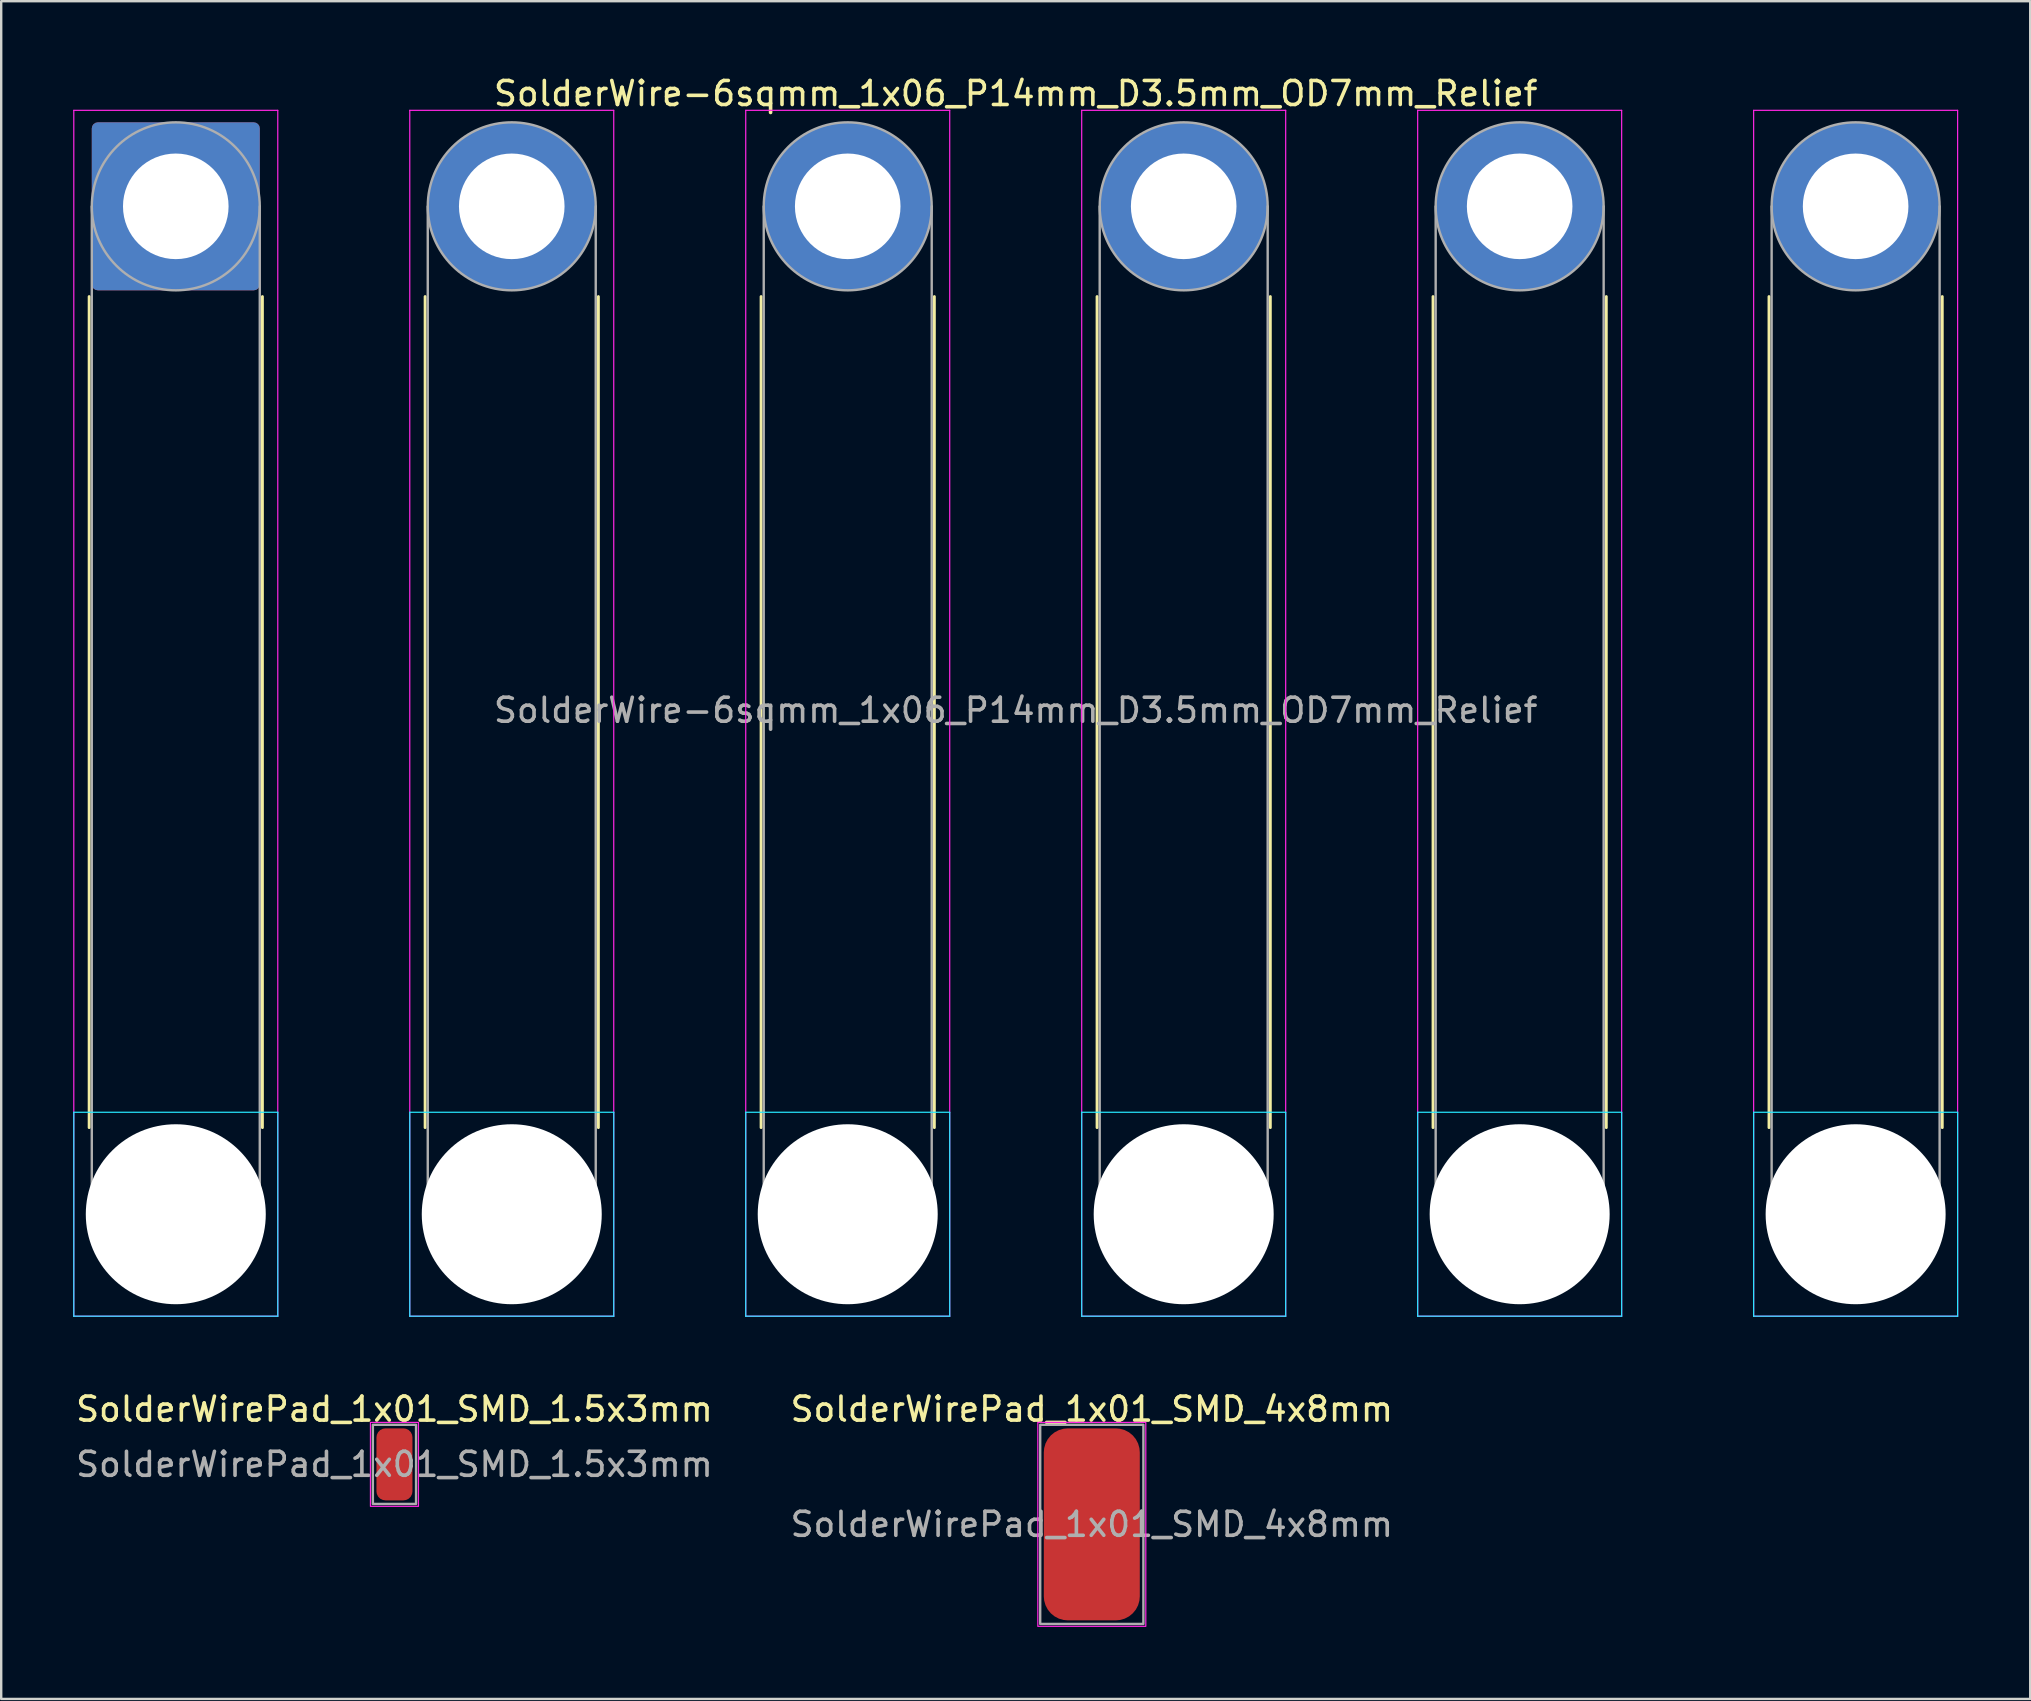
<source format=kicad_pcb>
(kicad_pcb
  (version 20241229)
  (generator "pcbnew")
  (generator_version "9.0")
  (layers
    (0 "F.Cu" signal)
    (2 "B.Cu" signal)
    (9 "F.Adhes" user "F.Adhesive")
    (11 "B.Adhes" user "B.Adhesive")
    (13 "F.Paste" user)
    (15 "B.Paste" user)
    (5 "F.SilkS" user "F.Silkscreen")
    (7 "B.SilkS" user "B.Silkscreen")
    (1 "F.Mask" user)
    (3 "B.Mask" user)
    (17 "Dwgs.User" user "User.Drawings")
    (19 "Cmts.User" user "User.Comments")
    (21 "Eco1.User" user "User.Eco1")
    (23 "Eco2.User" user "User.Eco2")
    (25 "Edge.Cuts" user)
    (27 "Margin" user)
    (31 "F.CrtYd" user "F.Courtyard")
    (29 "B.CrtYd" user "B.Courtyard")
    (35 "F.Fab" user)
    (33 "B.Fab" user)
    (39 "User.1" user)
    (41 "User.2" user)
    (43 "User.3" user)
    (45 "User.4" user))
  (footprint "SolderWirePad_1x01_SMD_1.5x3mm"
    (layer "F.Cu")
    (at 13.387 57.971)
    (property "Reference" "SolderWirePad_1x01_SMD_1.5x3mm" (at 0 -2.3 0) (layer "F.SilkS") (effects (font (size 1 1) (thickness 0.15))))
    (attr exclude_from_pos_files exclude_from_bom)
    (fp_rect (start -1 -1.75) (end 1 1.75) (stroke (width 0.05) (type solid)) (fill no) (layer "F.CrtYd"))
    (fp_rect (start -0.9 -1.65) (end 0.9 1.65) (stroke (width 0.1) (type default)) (fill no) (layer "F.Fab"))
    (fp_text user "${REFERENCE}" (at 0 0 0) (layer "F.Fab") (effects (font (size 1 1) (thickness 0.15))))
    (pad "1" smd roundrect (at 0 0) (size 1.5 3) (layers "F.Cu" "F.Mask") (roundrect_rratio 0.25)))
  (footprint "SolderWirePad_1x01_SMD_4x8mm"
    (layer "F.Cu")
    (at 42.446 60.471)
    (property "Reference" "SolderWirePad_1x01_SMD_4x8mm" (at 0 -4.8 0) (layer "F.SilkS") (effects (font (size 1 1) (thickness 0.15))))
    (attr exclude_from_pos_files exclude_from_bom)
    (fp_rect (start -2.25 -4.25) (end 2.25 4.25) (stroke (width 0.05) (type solid)) (fill no) (layer "F.CrtYd"))
    (fp_rect (start -2.15 -4.15) (end 2.15 4.15) (stroke (width 0.1) (type solid)) (fill no) (layer "F.Fab"))
    (fp_text user "${REFERENCE}" (at 0 0 0) (layer "F.Fab") (effects (font (size 1 1) (thickness 0.15))))
    (pad "1" smd roundrect (at 0 0) (size 4 8) (layers "F.Cu" "F.Mask") (roundrect_rratio 0.25)))
  (footprint "SolderWire-6sqmm_1x06_P14mm_D3.5mm_OD7mm_Relief"
    (layer "F.Cu")
    (at 4.275 5.548)
    (property "Reference" "SolderWire-6sqmm_1x06_P14mm_D3.5mm_OD7mm_Relief" (at 35 -4.7 0) (layer "F.SilkS") (effects (font (size 1 1) (thickness 0.15))))
    (attr exclude_from_pos_files exclude_from_bom)
    (fp_line (start -3.61 3.76) (end -3.61 38.39) (stroke (width 0.12) (type solid)) (layer "F.SilkS"))
    (fp_line (start 3.61 3.76) (end 3.61 38.39) (stroke (width 0.12) (type solid)) (layer "F.SilkS"))
    (fp_line (start 10.39 3.76) (end 10.39 38.39) (stroke (width 0.12) (type solid)) (layer "F.SilkS"))
    (fp_line (start 17.61 3.76) (end 17.61 38.39) (stroke (width 0.12) (type solid)) (layer "F.SilkS"))
    (fp_line (start 24.39 3.76) (end 24.39 38.39) (stroke (width 0.12) (type solid)) (layer "F.SilkS"))
    (fp_line (start 31.61 3.76) (end 31.61 38.39) (stroke (width 0.12) (type solid)) (layer "F.SilkS"))
    (fp_line (start 38.39 3.76) (end 38.39 38.39) (stroke (width 0.12) (type solid)) (layer "F.SilkS"))
    (fp_line (start 45.61 3.76) (end 45.61 38.39) (stroke (width 0.12) (type solid)) (layer "F.SilkS"))
    (fp_line (start 52.39 3.76) (end 52.39 38.39) (stroke (width 0.12) (type solid)) (layer "F.SilkS"))
    (fp_line (start 59.61 3.76) (end 59.61 38.39) (stroke (width 0.12) (type solid)) (layer "F.SilkS"))
    (fp_line (start 66.39 3.76) (end 66.39 38.39) (stroke (width 0.12) (type solid)) (layer "F.SilkS"))
    (fp_line (start 73.61 3.76) (end 73.61 38.39) (stroke (width 0.12) (type solid)) (layer "F.SilkS"))
    (fp_line (start -4.25 37.75) (end -4.25 46.25) (stroke (width 0.05) (type solid)) (layer "B.CrtYd"))
    (fp_line (start -4.25 46.25) (end 4.25 46.25) (stroke (width 0.05) (type solid)) (layer "B.CrtYd"))
    (fp_line (start 4.25 37.75) (end -4.25 37.75) (stroke (width 0.05) (type solid)) (layer "B.CrtYd"))
    (fp_line (start 4.25 46.25) (end 4.25 37.75) (stroke (width 0.05) (type solid)) (layer "B.CrtYd"))
    (fp_line (start 9.75 37.75) (end 9.75 46.25) (stroke (width 0.05) (type solid)) (layer "B.CrtYd"))
    (fp_line (start 9.75 46.25) (end 18.25 46.25) (stroke (width 0.05) (type solid)) (layer "B.CrtYd"))
    (fp_line (start 18.25 37.75) (end 9.75 37.75) (stroke (width 0.05) (type solid)) (layer "B.CrtYd"))
    (fp_line (start 18.25 46.25) (end 18.25 37.75) (stroke (width 0.05) (type solid)) (layer "B.CrtYd"))
    (fp_line (start 23.75 37.75) (end 23.75 46.25) (stroke (width 0.05) (type solid)) (layer "B.CrtYd"))
    (fp_line (start 23.75 46.25) (end 32.25 46.25) (stroke (width 0.05) (type solid)) (layer "B.CrtYd"))
    (fp_line (start 32.25 37.75) (end 23.75 37.75) (stroke (width 0.05) (type solid)) (layer "B.CrtYd"))
    (fp_line (start 32.25 46.25) (end 32.25 37.75) (stroke (width 0.05) (type solid)) (layer "B.CrtYd"))
    (fp_line (start 37.75 37.75) (end 37.75 46.25) (stroke (width 0.05) (type solid)) (layer "B.CrtYd"))
    (fp_line (start 37.75 46.25) (end 46.25 46.25) (stroke (width 0.05) (type solid)) (layer "B.CrtYd"))
    (fp_line (start 46.25 37.75) (end 37.75 37.75) (stroke (width 0.05) (type solid)) (layer "B.CrtYd"))
    (fp_line (start 46.25 46.25) (end 46.25 37.75) (stroke (width 0.05) (type solid)) (layer "B.CrtYd"))
    (fp_line (start 51.75 37.75) (end 51.75 46.25) (stroke (width 0.05) (type solid)) (layer "B.CrtYd"))
    (fp_line (start 51.75 46.25) (end 60.25 46.25) (stroke (width 0.05) (type solid)) (layer "B.CrtYd"))
    (fp_line (start 60.25 37.75) (end 51.75 37.75) (stroke (width 0.05) (type solid)) (layer "B.CrtYd"))
    (fp_line (start 60.25 46.25) (end 60.25 37.75) (stroke (width 0.05) (type solid)) (layer "B.CrtYd"))
    (fp_line (start 65.75 37.75) (end 65.75 46.25) (stroke (width 0.05) (type solid)) (layer "B.CrtYd"))
    (fp_line (start 65.75 46.25) (end 74.25 46.25) (stroke (width 0.05) (type solid)) (layer "B.CrtYd"))
    (fp_line (start 74.25 37.75) (end 65.75 37.75) (stroke (width 0.05) (type solid)) (layer "B.CrtYd"))
    (fp_line (start 74.25 46.25) (end 74.25 37.75) (stroke (width 0.05) (type solid)) (layer "B.CrtYd"))
    (fp_line (start -4.25 -4) (end -4.25 46.25) (stroke (width 0.05) (type solid)) (layer "F.CrtYd"))
    (fp_line (start -4.25 46.25) (end 4.25 46.25) (stroke (width 0.05) (type solid)) (layer "F.CrtYd"))
    (fp_line (start 4.25 -4) (end -4.25 -4) (stroke (width 0.05) (type solid)) (layer "F.CrtYd"))
    (fp_line (start 4.25 46.25) (end 4.25 -4) (stroke (width 0.05) (type solid)) (layer "F.CrtYd"))
    (fp_line (start 9.75 -4) (end 9.75 46.25) (stroke (width 0.05) (type solid)) (layer "F.CrtYd"))
    (fp_line (start 9.75 46.25) (end 18.25 46.25) (stroke (width 0.05) (type solid)) (layer "F.CrtYd"))
    (fp_line (start 18.25 -4) (end 9.75 -4) (stroke (width 0.05) (type solid)) (layer "F.CrtYd"))
    (fp_line (start 18.25 46.25) (end 18.25 -4) (stroke (width 0.05) (type solid)) (layer "F.CrtYd"))
    (fp_line (start 23.75 -4) (end 23.75 46.25) (stroke (width 0.05) (type solid)) (layer "F.CrtYd"))
    (fp_line (start 23.75 46.25) (end 32.25 46.25) (stroke (width 0.05) (type solid)) (layer "F.CrtYd"))
    (fp_line (start 32.25 -4) (end 23.75 -4) (stroke (width 0.05) (type solid)) (layer "F.CrtYd"))
    (fp_line (start 32.25 46.25) (end 32.25 -4) (stroke (width 0.05) (type solid)) (layer "F.CrtYd"))
    (fp_line (start 37.75 -4) (end 37.75 46.25) (stroke (width 0.05) (type solid)) (layer "F.CrtYd"))
    (fp_line (start 37.75 46.25) (end 46.25 46.25) (stroke (width 0.05) (type solid)) (layer "F.CrtYd"))
    (fp_line (start 46.25 -4) (end 37.75 -4) (stroke (width 0.05) (type solid)) (layer "F.CrtYd"))
    (fp_line (start 46.25 46.25) (end 46.25 -4) (stroke (width 0.05) (type solid)) (layer "F.CrtYd"))
    (fp_line (start 51.75 -4) (end 51.75 46.25) (stroke (width 0.05) (type solid)) (layer "F.CrtYd"))
    (fp_line (start 51.75 46.25) (end 60.25 46.25) (stroke (width 0.05) (type solid)) (layer "F.CrtYd"))
    (fp_line (start 60.25 -4) (end 51.75 -4) (stroke (width 0.05) (type solid)) (layer "F.CrtYd"))
    (fp_line (start 60.25 46.25) (end 60.25 -4) (stroke (width 0.05) (type solid)) (layer "F.CrtYd"))
    (fp_line (start 65.75 -4) (end 65.75 46.25) (stroke (width 0.05) (type solid)) (layer "F.CrtYd"))
    (fp_line (start 65.75 46.25) (end 74.25 46.25) (stroke (width 0.05) (type solid)) (layer "F.CrtYd"))
    (fp_line (start 74.25 -4) (end 65.75 -4) (stroke (width 0.05) (type solid)) (layer "F.CrtYd"))
    (fp_line (start 74.25 46.25) (end 74.25 -4) (stroke (width 0.05) (type solid)) (layer "F.CrtYd"))
    (fp_line (start -3.5 0) (end -3.5 42) (stroke (width 0.1) (type solid)) (layer "F.Fab"))
    (fp_line (start 3.5 0) (end 3.5 42) (stroke (width 0.1) (type solid)) (layer "F.Fab"))
    (fp_line (start 10.5 0) (end 10.5 42) (stroke (width 0.1) (type solid)) (layer "F.Fab"))
    (fp_line (start 17.5 0) (end 17.5 42) (stroke (width 0.1) (type solid)) (layer "F.Fab"))
    (fp_line (start 24.5 0) (end 24.5 42) (stroke (width 0.1) (type solid)) (layer "F.Fab"))
    (fp_line (start 31.5 0) (end 31.5 42) (stroke (width 0.1) (type solid)) (layer "F.Fab"))
    (fp_line (start 38.5 0) (end 38.5 42) (stroke (width 0.1) (type solid)) (layer "F.Fab"))
    (fp_line (start 45.5 0) (end 45.5 42) (stroke (width 0.1) (type solid)) (layer "F.Fab"))
    (fp_line (start 52.5 0) (end 52.5 42) (stroke (width 0.1) (type solid)) (layer "F.Fab"))
    (fp_line (start 59.5 0) (end 59.5 42) (stroke (width 0.1) (type solid)) (layer "F.Fab"))
    (fp_line (start 66.5 0) (end 66.5 42) (stroke (width 0.1) (type solid)) (layer "F.Fab"))
    (fp_line (start 73.5 0) (end 73.5 42) (stroke (width 0.1) (type solid)) (layer "F.Fab"))
    (fp_circle (center 0 0) (end 3.5 0) (stroke (width 0.1) (type solid)) (fill no) (layer "F.Fab"))
    (fp_circle (center 0 42) (end 3.5 42) (stroke (width 0.1) (type solid)) (fill no) (layer "F.Fab"))
    (fp_circle (center 14 0) (end 17.5 0) (stroke (width 0.1) (type solid)) (fill no) (layer "F.Fab"))
    (fp_circle (center 14 42) (end 17.5 42) (stroke (width 0.1) (type solid)) (fill no) (layer "F.Fab"))
    (fp_circle (center 28 0) (end 31.5 0) (stroke (width 0.1) (type solid)) (fill no) (layer "F.Fab"))
    (fp_circle (center 28 42) (end 31.5 42) (stroke (width 0.1) (type solid)) (fill no) (layer "F.Fab"))
    (fp_circle (center 42 0) (end 45.5 0) (stroke (width 0.1) (type solid)) (fill no) (layer "F.Fab"))
    (fp_circle (center 42 42) (end 45.5 42) (stroke (width 0.1) (type solid)) (fill no) (layer "F.Fab"))
    (fp_circle (center 56 0) (end 59.5 0) (stroke (width 0.1) (type solid)) (fill no) (layer "F.Fab"))
    (fp_circle (center 56 42) (end 59.5 42) (stroke (width 0.1) (type solid)) (fill no) (layer "F.Fab"))
    (fp_circle (center 70 0) (end 73.5 0) (stroke (width 0.1) (type solid)) (fill no) (layer "F.Fab"))
    (fp_circle (center 70 42) (end 73.5 42) (stroke (width 0.1) (type solid)) (fill no) (layer "F.Fab"))
    (fp_text user "${REFERENCE}" (at 35 21 0) (layer "F.Fab") (effects (font (size 1 1) (thickness 0.15))))
    (pad "" np_thru_hole circle (at 0 42) (size 7.5 7.5) (drill 7.5) (layers "*.Cu" "*.Mask"))
    (pad "" np_thru_hole circle (at 14 42) (size 7.5 7.5) (drill 7.5) (layers "*.Cu" "*.Mask"))
    (pad "" np_thru_hole circle (at 28 42) (size 7.5 7.5) (drill 7.5) (layers "*.Cu" "*.Mask"))
    (pad "" np_thru_hole circle (at 42 42) (size 7.5 7.5) (drill 7.5) (layers "*.Cu" "*.Mask"))
    (pad "" np_thru_hole circle (at 56 42) (size 7.5 7.5) (drill 7.5) (layers "*.Cu" "*.Mask"))
    (pad "" np_thru_hole circle (at 70 42) (size 7.5 7.5) (drill 7.5) (layers "*.Cu" "*.Mask"))
    (pad "1" thru_hole roundrect (at 0 0) (size 7 7) (drill 4.4) (layers "*.Cu" "*.Mask") (roundrect_rratio 0.036))
    (pad "2" thru_hole circle (at 14 0) (size 7 7) (drill 4.4) (layers "*.Cu" "*.Mask"))
    (pad "3" thru_hole circle (at 28 0) (size 7 7) (drill 4.4) (layers "*.Cu" "*.Mask"))
    (pad "4" thru_hole circle (at 42 0) (size 7 7) (drill 4.4) (layers "*.Cu" "*.Mask"))
    (pad "5" thru_hole circle (at 56 0) (size 7 7) (drill 4.4) (layers "*.Cu" "*.Mask"))
    (pad "6" thru_hole circle (at 70 0) (size 7 7) (drill 4.4) (layers "*.Cu" "*.Mask")))
  (gr_rect
    (start -3 -3)
    (end 81.55 67.746)
    (stroke (width 0.1) (type default))
    (fill no)
    (layer "Edge.Cuts")))
</source>
